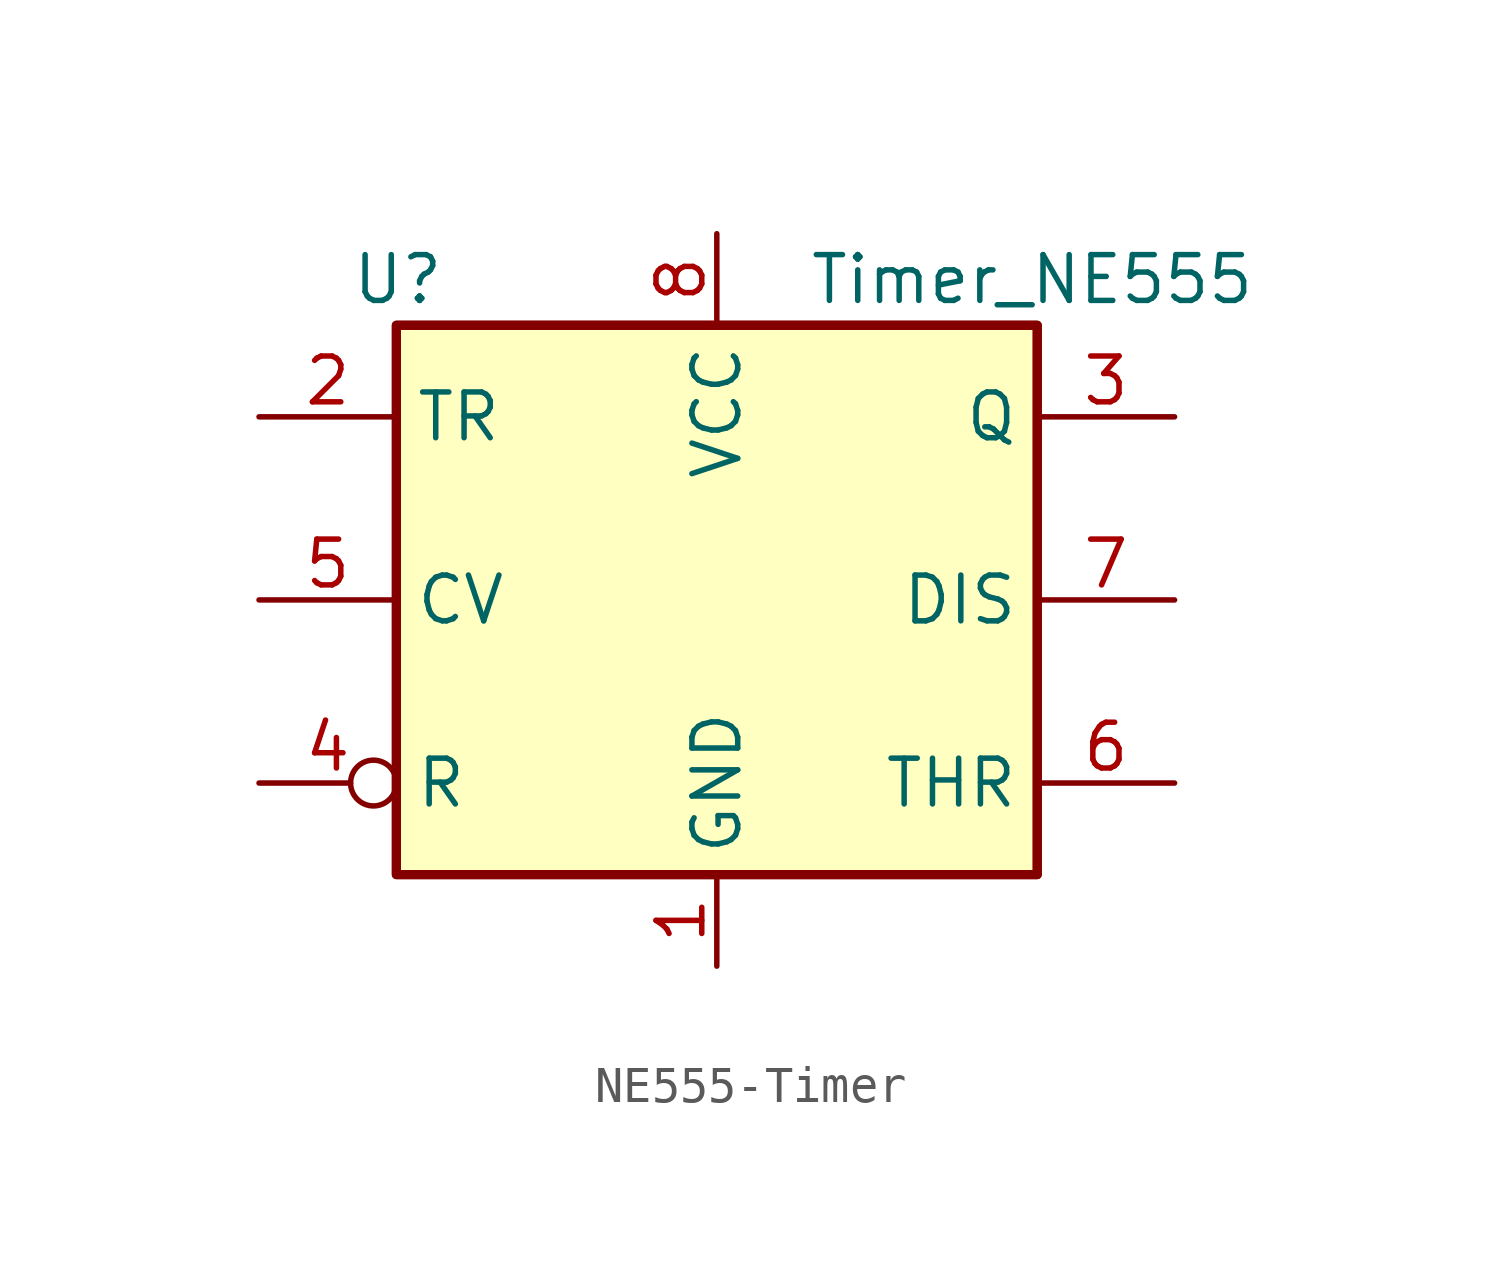
<source format=kicad_sym>
(kicad_symbol_lib
  (version 20220914)
  (generator kicad_symbol_editor)
  (symbol "NE555-Timer"
    (property "Reference" "U"
      (at -10.16 8.89 0)
      (effects (font (size 1.27 1.27)) (justify left)))
    (property "Value" "Timer_NE555"
      (at 2.54 8.89 0)
      (effects (font (size 1.27 1.27)) (justify left)))
    (symbol "NE555-Timer_0_0"
      (pin power_in line (at 0 -10.16 90) (length 2.54) (name "GND" (effects (font (size 1.27 1.27)))) (number "1" (effects (font (size 1.27 1.27)))))
      (pin power_in line (at 0 10.16 270) (length 2.54) (name "VCC" (effects (font (size 1.27 1.27)))) (number "8" (effects (font (size 1.27 1.27))))))
    (symbol "NE555-Timer_0_1"
      (rectangle (start -8.89 -7.62) (end 8.89 7.62) (stroke (width 0.254) (type solid)) (fill (type background)))
      (rectangle (start -8.89 -7.62) (end 8.89 7.62) (stroke (width 0.254) (type solid)) (fill (type background))))
    (symbol "NE555-Timer_1_1"
      (pin input line (at -12.7 5.08 0) (length 3.81) (name "TR" (effects (font (size 1.27 1.27)))) (number "2" (effects (font (size 1.27 1.27)))))
      (pin output line (at 12.7 5.08 180) (length 3.81) (name "Q" (effects (font (size 1.27 1.27)))) (number "3" (effects (font (size 1.27 1.27)))))
      (pin input inverted (at -12.7 -5.08 0) (length 3.81) (name "R" (effects (font (size 1.27 1.27)))) (number "4" (effects (font (size 1.27 1.27)))))
      (pin input line (at -12.7 0 0) (length 3.81) (name "CV" (effects (font (size 1.27 1.27)))) (number "5" (effects (font (size 1.27 1.27)))))
      (pin input line (at 12.7 -5.08 180) (length 3.81) (name "THR" (effects (font (size 1.27 1.27)))) (number "6" (effects (font (size 1.27 1.27)))))
      (pin input line (at 12.7 0 180) (length 3.81) (name "DIS" (effects (font (size 1.27 1.27)))) (number "7" (effects (font (size 1.27 1.27))))))))
</source>
